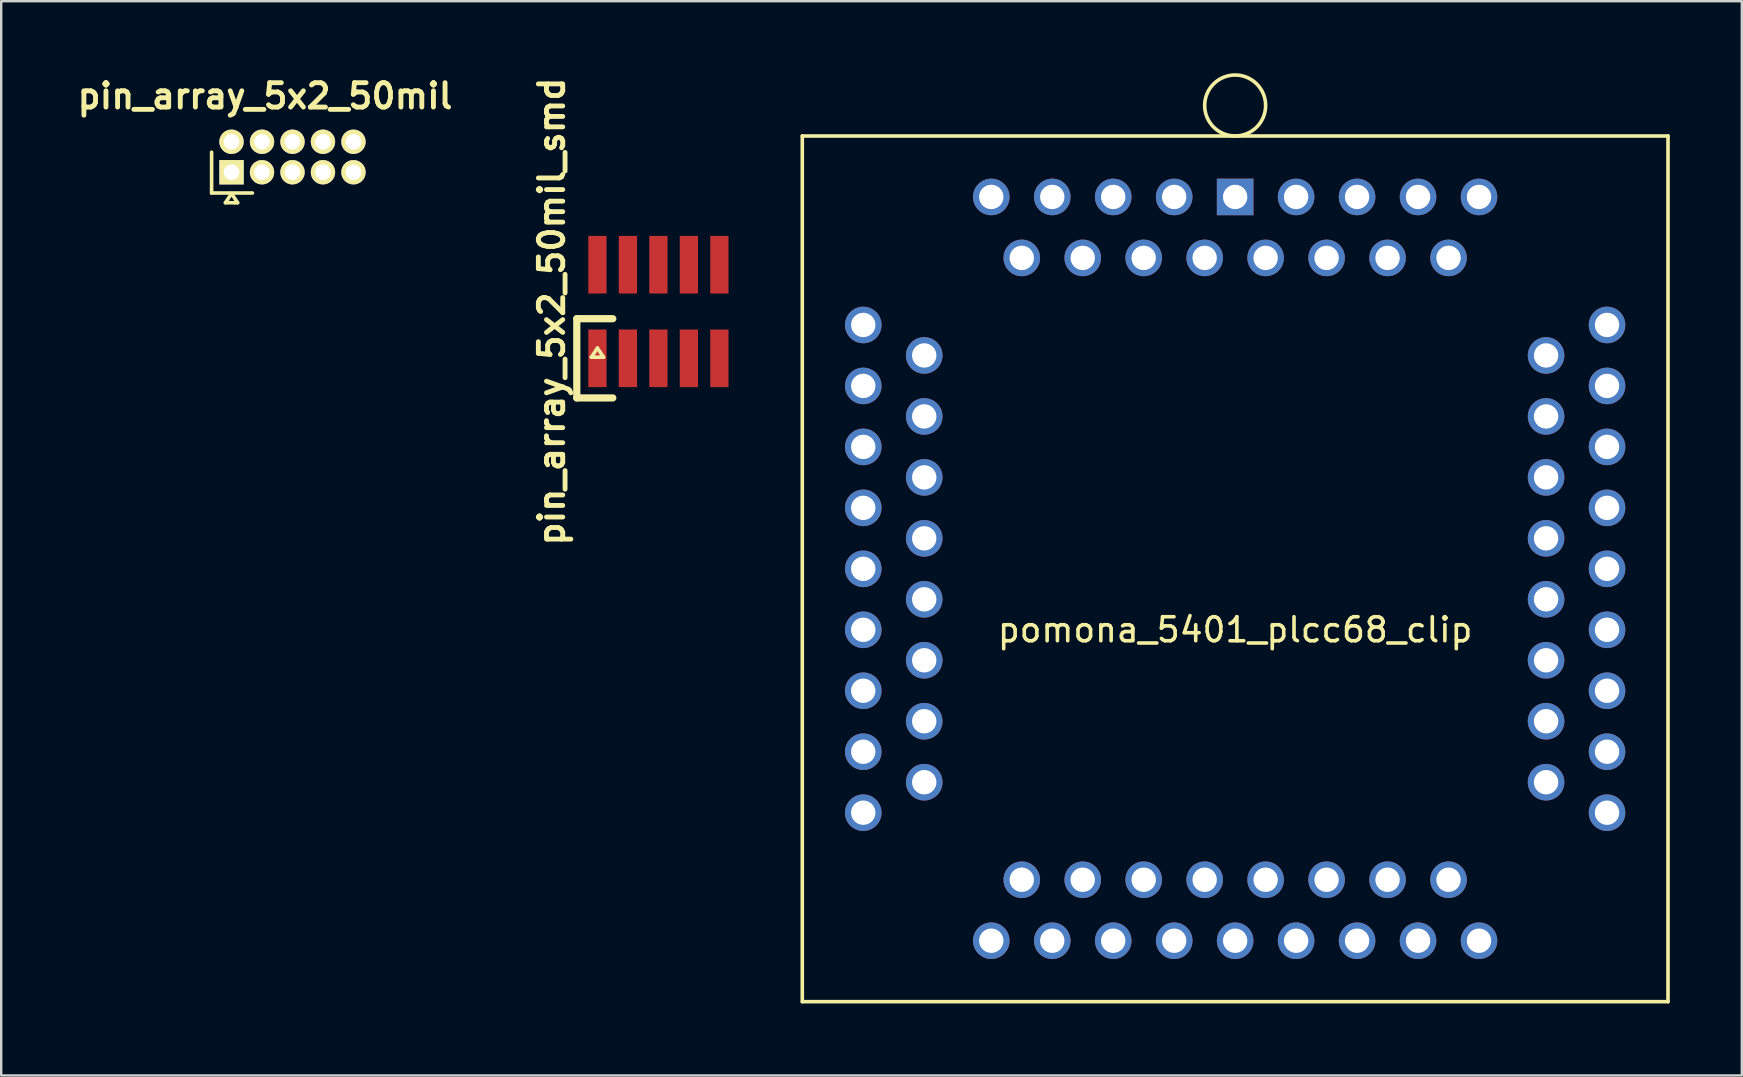
<source format=kicad_pcb>
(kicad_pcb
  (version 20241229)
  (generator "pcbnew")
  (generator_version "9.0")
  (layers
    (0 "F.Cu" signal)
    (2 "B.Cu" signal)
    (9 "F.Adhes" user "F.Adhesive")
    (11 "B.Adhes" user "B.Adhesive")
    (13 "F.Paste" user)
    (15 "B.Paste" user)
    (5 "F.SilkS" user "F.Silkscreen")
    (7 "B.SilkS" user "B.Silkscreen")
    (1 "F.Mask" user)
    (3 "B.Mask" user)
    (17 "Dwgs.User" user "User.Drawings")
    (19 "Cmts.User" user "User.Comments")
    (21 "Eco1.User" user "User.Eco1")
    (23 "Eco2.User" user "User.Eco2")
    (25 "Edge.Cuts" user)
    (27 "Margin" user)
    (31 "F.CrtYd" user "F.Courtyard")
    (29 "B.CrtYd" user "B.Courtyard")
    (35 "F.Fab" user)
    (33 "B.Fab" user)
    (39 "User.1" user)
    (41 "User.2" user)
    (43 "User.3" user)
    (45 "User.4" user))
  (footprint "pomona_5401_plcc68_clip"
    (layer "F.Cu")
    (at 48.41 20.649)
    (property "Reference" "pomona_5401_plcc68_clip" (at 0 2.54 0) (layer "F.SilkS") (effects (font (size 1 1) (thickness 0.15))))
    (attr through_hole)
    (fp_line (start -18.034 -18.034) (end 18.034 -18.034) (stroke (width 0.15) (type solid)) (layer "F.SilkS"))
    (fp_line (start -18.034 18.034) (end -18.034 -18.034) (stroke (width 0.15) (type solid)) (layer "F.SilkS"))
    (fp_line (start 18.034 18.034) (end -18.034 18.034) (stroke (width 0.15) (type solid)) (layer "F.SilkS"))
    (fp_line (start 18.034 18.034) (end 18.034 -18.034) (stroke (width 0.15) (type solid)) (layer "F.SilkS"))
    (fp_circle (center 0 -19.304) (end 0 -18.034) (stroke (width 0.15) (type solid)) (fill no) (layer "F.SilkS"))
    (pad "1" thru_hole rect (at 0 -15.494) (size 1.524 1.524) (drill 1.016) (layers "*.Cu" "*.Mask"))
    (pad "2" thru_hole circle (at -1.27 -12.954) (size 1.524 1.524) (drill 1.016) (layers "*.Cu" "*.Mask"))
    (pad "3" thru_hole circle (at -2.54 -15.494) (size 1.524 1.524) (drill 1.016) (layers "*.Cu" "*.Mask"))
    (pad "4" thru_hole circle (at -3.81 -12.954) (size 1.524 1.524) (drill 1.016) (layers "*.Cu" "*.Mask"))
    (pad "5" thru_hole circle (at -5.08 -15.494) (size 1.524 1.524) (drill 1.016) (layers "*.Cu" "*.Mask"))
    (pad "6" thru_hole circle (at -6.35 -12.954) (size 1.524 1.524) (drill 1.016) (layers "*.Cu" "*.Mask"))
    (pad "7" thru_hole circle (at -7.62 -15.494) (size 1.524 1.524) (drill 1.016) (layers "*.Cu" "*.Mask"))
    (pad "8" thru_hole circle (at -8.89 -12.954) (size 1.524 1.524) (drill 1.016) (layers "*.Cu" "*.Mask"))
    (pad "9" thru_hole circle (at -10.16 -15.494) (size 1.524 1.524) (drill 1.016) (layers "*.Cu" "*.Mask"))
    (pad "10" thru_hole circle (at -15.494 -10.16) (size 1.524 1.524) (drill 1.016) (layers "*.Cu" "*.Mask"))
    (pad "11" thru_hole circle (at -12.954 -8.89) (size 1.524 1.524) (drill 1.016) (layers "*.Cu" "*.Mask"))
    (pad "12" thru_hole circle (at -15.494 -7.62) (size 1.524 1.524) (drill 1.016) (layers "*.Cu" "*.Mask"))
    (pad "13" thru_hole circle (at -12.954 -6.35) (size 1.524 1.524) (drill 1.016) (layers "*.Cu" "*.Mask"))
    (pad "14" thru_hole circle (at -15.494 -5.08) (size 1.524 1.524) (drill 1.016) (layers "*.Cu" "*.Mask"))
    (pad "15" thru_hole circle (at -12.954 -3.81) (size 1.524 1.524) (drill 1.016) (layers "*.Cu" "*.Mask"))
    (pad "16" thru_hole circle (at -15.494 -2.54) (size 1.524 1.524) (drill 1.016) (layers "*.Cu" "*.Mask"))
    (pad "17" thru_hole circle (at -12.954 -1.27) (size 1.524 1.524) (drill 1.016) (layers "*.Cu" "*.Mask"))
    (pad "18" thru_hole circle (at -15.494 0) (size 1.524 1.524) (drill 1.016) (layers "*.Cu" "*.Mask"))
    (pad "19" thru_hole circle (at -12.954 1.27) (size 1.524 1.524) (drill 1.016) (layers "*.Cu" "*.Mask"))
    (pad "20" thru_hole circle (at -15.494 2.54) (size 1.524 1.524) (drill 1.016) (layers "*.Cu" "*.Mask"))
    (pad "21" thru_hole circle (at -12.954 3.81) (size 1.524 1.524) (drill 1.016) (layers "*.Cu" "*.Mask"))
    (pad "22" thru_hole circle (at -15.494 5.08) (size 1.524 1.524) (drill 1.016) (layers "*.Cu" "*.Mask"))
    (pad "23" thru_hole circle (at -12.954 6.35) (size 1.524 1.524) (drill 1.016) (layers "*.Cu" "*.Mask"))
    (pad "24" thru_hole circle (at -15.494 7.62) (size 1.524 1.524) (drill 1.016) (layers "*.Cu" "*.Mask"))
    (pad "25" thru_hole circle (at -12.954 8.89) (size 1.524 1.524) (drill 1.016) (layers "*.Cu" "*.Mask"))
    (pad "26" thru_hole circle (at -15.494 10.16) (size 1.524 1.524) (drill 1.016) (layers "*.Cu" "*.Mask"))
    (pad "27" thru_hole circle (at -10.16 15.494) (size 1.524 1.524) (drill 1.016) (layers "*.Cu" "*.Mask"))
    (pad "28" thru_hole circle (at -8.89 12.954) (size 1.524 1.524) (drill 1.016) (layers "*.Cu" "*.Mask"))
    (pad "29" thru_hole circle (at -7.62 15.494) (size 1.524 1.524) (drill 1.016) (layers "*.Cu" "*.Mask"))
    (pad "30" thru_hole circle (at -6.35 12.954) (size 1.524 1.524) (drill 1.016) (layers "*.Cu" "*.Mask"))
    (pad "31" thru_hole circle (at -5.08 15.494) (size 1.524 1.524) (drill 1.016) (layers "*.Cu" "*.Mask"))
    (pad "32" thru_hole circle (at -3.81 12.954) (size 1.524 1.524) (drill 1.016) (layers "*.Cu" "*.Mask"))
    (pad "33" thru_hole circle (at -2.54 15.494) (size 1.524 1.524) (drill 1.016) (layers "*.Cu" "*.Mask"))
    (pad "34" thru_hole circle (at -1.27 12.954) (size 1.524 1.524) (drill 1.016) (layers "*.Cu" "*.Mask"))
    (pad "35" thru_hole circle (at 0 15.494) (size 1.524 1.524) (drill 1.016) (layers "*.Cu" "*.Mask"))
    (pad "36" thru_hole circle (at 1.27 12.954) (size 1.524 1.524) (drill 1.016) (layers "*.Cu" "*.Mask"))
    (pad "37" thru_hole circle (at 2.54 15.494) (size 1.524 1.524) (drill 1.016) (layers "*.Cu" "*.Mask"))
    (pad "38" thru_hole circle (at 3.81 12.954) (size 1.524 1.524) (drill 1.016) (layers "*.Cu" "*.Mask"))
    (pad "39" thru_hole circle (at 5.08 15.494) (size 1.524 1.524) (drill 1.016) (layers "*.Cu" "*.Mask"))
    (pad "40" thru_hole circle (at 6.35 12.954) (size 1.524 1.524) (drill 1.016) (layers "*.Cu" "*.Mask"))
    (pad "41" thru_hole circle (at 7.62 15.494) (size 1.524 1.524) (drill 1.016) (layers "*.Cu" "*.Mask"))
    (pad "42" thru_hole circle (at 8.89 12.954) (size 1.524 1.524) (drill 1.016) (layers "*.Cu" "*.Mask"))
    (pad "43" thru_hole circle (at 10.16 15.494) (size 1.524 1.524) (drill 1.016) (layers "*.Cu" "*.Mask"))
    (pad "44" thru_hole circle (at 15.494 10.16) (size 1.524 1.524) (drill 1.016) (layers "*.Cu" "*.Mask"))
    (pad "45" thru_hole circle (at 12.954 8.89) (size 1.524 1.524) (drill 1.016) (layers "*.Cu" "*.Mask"))
    (pad "46" thru_hole circle (at 15.494 7.62) (size 1.524 1.524) (drill 1.016) (layers "*.Cu" "*.Mask"))
    (pad "47" thru_hole circle (at 12.954 6.35) (size 1.524 1.524) (drill 1.016) (layers "*.Cu" "*.Mask"))
    (pad "48" thru_hole circle (at 15.494 5.08) (size 1.524 1.524) (drill 1.016) (layers "*.Cu" "*.Mask"))
    (pad "49" thru_hole circle (at 12.954 3.81) (size 1.524 1.524) (drill 1.016) (layers "*.Cu" "*.Mask"))
    (pad "50" thru_hole circle (at 15.494 2.54) (size 1.524 1.524) (drill 1.016) (layers "*.Cu" "*.Mask"))
    (pad "51" thru_hole circle (at 12.954 1.27) (size 1.524 1.524) (drill 1.016) (layers "*.Cu" "*.Mask"))
    (pad "52" thru_hole circle (at 15.494 0) (size 1.524 1.524) (drill 1.016) (layers "*.Cu" "*.Mask"))
    (pad "53" thru_hole circle (at 12.954 -1.27) (size 1.524 1.524) (drill 1.016) (layers "*.Cu" "*.Mask"))
    (pad "54" thru_hole circle (at 15.494 -2.54) (size 1.524 1.524) (drill 1.016) (layers "*.Cu" "*.Mask"))
    (pad "55" thru_hole circle (at 12.954 -3.81) (size 1.524 1.524) (drill 1.016) (layers "*.Cu" "*.Mask"))
    (pad "56" thru_hole circle (at 15.494 -5.08) (size 1.524 1.524) (drill 1.016) (layers "*.Cu" "*.Mask"))
    (pad "57" thru_hole circle (at 12.954 -6.35) (size 1.524 1.524) (drill 1.016) (layers "*.Cu" "*.Mask"))
    (pad "58" thru_hole circle (at 15.494 -7.62) (size 1.524 1.524) (drill 1.016) (layers "*.Cu" "*.Mask"))
    (pad "59" thru_hole circle (at 12.954 -8.89) (size 1.524 1.524) (drill 1.016) (layers "*.Cu" "*.Mask"))
    (pad "60" thru_hole circle (at 15.494 -10.16) (size 1.524 1.524) (drill 1.016) (layers "*.Cu" "*.Mask"))
    (pad "61" thru_hole circle (at 10.16 -15.494) (size 1.524 1.524) (drill 1.016) (layers "*.Cu" "*.Mask"))
    (pad "62" thru_hole circle (at 8.89 -12.954) (size 1.524 1.524) (drill 1.016) (layers "*.Cu" "*.Mask"))
    (pad "63" thru_hole circle (at 7.62 -15.494) (size 1.524 1.524) (drill 1.016) (layers "*.Cu" "*.Mask"))
    (pad "64" thru_hole circle (at 6.35 -12.954) (size 1.524 1.524) (drill 1.016) (layers "*.Cu" "*.Mask"))
    (pad "65" thru_hole circle (at 5.08 -15.494) (size 1.524 1.524) (drill 1.016) (layers "*.Cu" "*.Mask"))
    (pad "66" thru_hole circle (at 3.81 -12.954) (size 1.524 1.524) (drill 1.016) (layers "*.Cu" "*.Mask"))
    (pad "67" thru_hole circle (at 2.54 -15.494) (size 1.524 1.524) (drill 1.016) (layers "*.Cu" "*.Mask"))
    (pad "68" thru_hole circle (at 1.27 -12.954) (size 1.524 1.524) (drill 1.016) (layers "*.Cu" "*.Mask")))
  (footprint "pin_array_5x2_50mil_smd"
    (layer "F.Cu")
    (at 24.381 9.928)
    (property "Reference" "pin_array_5x2_50mil_smd" (at -4.445 0 90) (layer "F.SilkS") (effects (font (size 1.016 1.016) (thickness 0.203))))
    (attr through_hole)
    (fp_line (start -3.4 3.6) (end -3.4 0.3) (stroke (width 0.3) (type solid)) (layer "F.SilkS"))
    (fp_line (start -2.794 1.905) (end -2.413 1.905) (stroke (width 0.15) (type solid)) (layer "F.SilkS"))
    (fp_line (start -2.54 1.524) (end -2.794 1.905) (stroke (width 0.15) (type solid)) (layer "F.SilkS"))
    (fp_line (start -2.413 1.905) (end -2.286 1.905) (stroke (width 0.15) (type solid)) (layer "F.SilkS"))
    (fp_line (start -2.286 1.905) (end -2.54 1.524) (stroke (width 0.15) (type solid)) (layer "F.SilkS"))
    (fp_line (start -1.9 0.3) (end -3.4 0.3) (stroke (width 0.3) (type solid)) (layer "F.SilkS"))
    (fp_line (start -1.9 3.6) (end -3.4 3.6) (stroke (width 0.3) (type solid)) (layer "F.SilkS"))
    (pad "1" smd rect (at -2.54 1.95) (size 0.76 2.4) (layers "F.Cu" "F.Mask" "F.Paste"))
    (pad "2" smd rect (at -2.54 -1.95) (size 0.76 2.4) (layers "F.Cu" "F.Mask" "F.Paste"))
    (pad "3" smd rect (at -1.27 1.95) (size 0.76 2.4) (layers "F.Cu" "F.Mask" "F.Paste"))
    (pad "4" smd rect (at -1.27 -1.95) (size 0.76 2.4) (layers "F.Cu" "F.Mask" "F.Paste"))
    (pad "5" smd rect (at 0 1.95) (size 0.76 2.4) (layers "F.Cu" "F.Mask" "F.Paste"))
    (pad "6" smd rect (at 0 -1.95) (size 0.76 2.4) (layers "F.Cu" "F.Mask" "F.Paste"))
    (pad "7" smd rect (at 1.27 1.95) (size 0.76 2.4) (layers "F.Cu" "F.Mask" "F.Paste"))
    (pad "8" smd rect (at 1.27 -1.95) (size 0.76 2.4) (layers "F.Cu" "F.Mask" "F.Paste"))
    (pad "9" smd rect (at 2.54 1.95) (size 0.76 2.4) (layers "F.Cu" "F.Mask" "F.Paste"))
    (pad "10" smd rect (at 2.54 -1.95) (size 0.76 2.4) (layers "F.Cu" "F.Mask" "F.Paste")))
  (footprint "pin_array_5x2_50mil"
    (layer "F.Cu")
    (at 7.866 3.491)
    (property "Reference" "pin_array_5x2_50mil" (at 0.127 -2.54 0) (layer "F.SilkS") (effects (font (size 1.016 1.016) (thickness 0.203))))
    (attr through_hole)
    (fp_line (start -2.1 -0.2) (end -2.1 1.5) (stroke (width 0.15) (type solid)) (layer "F.SilkS"))
    (fp_line (start -2.1 1.5) (end -0.4 1.5) (stroke (width 0.15) (type solid)) (layer "F.SilkS"))
    (fp_line (start -1.524 1.905) (end -1.143 1.905) (stroke (width 0.15) (type solid)) (layer "F.SilkS"))
    (fp_line (start -1.27 1.524) (end -1.524 1.905) (stroke (width 0.15) (type solid)) (layer "F.SilkS"))
    (fp_line (start -1.143 1.905) (end -1.016 1.905) (stroke (width 0.15) (type solid)) (layer "F.SilkS"))
    (fp_line (start -1.016 1.905) (end -1.27 1.524) (stroke (width 0.15) (type solid)) (layer "F.SilkS"))
    (pad "1" thru_hole rect (at -1.27 0.635) (size 1.016 1.016) (drill 0.65) (layers "*.Cu" "*.Mask" "F.SilkS"))
    (pad "2" thru_hole circle (at -1.27 -0.635) (size 1.016 1.016) (drill 0.65) (layers "*.Cu" "*.Mask" "F.SilkS"))
    (pad "3" thru_hole circle (at 0 0.635) (size 1.016 1.016) (drill 0.65) (layers "*.Cu" "*.Mask" "F.SilkS"))
    (pad "4" thru_hole circle (at 0 -0.635) (size 1.016 1.016) (drill 0.65) (layers "*.Cu" "*.Mask" "F.SilkS"))
    (pad "5" thru_hole circle (at 1.27 0.635) (size 1.016 1.016) (drill 0.65) (layers "*.Cu" "*.Mask" "F.SilkS"))
    (pad "6" thru_hole circle (at 1.27 -0.635) (size 1.016 1.016) (drill 0.65) (layers "*.Cu" "*.Mask" "F.SilkS"))
    (pad "7" thru_hole circle (at 2.54 0.635) (size 1.016 1.016) (drill 0.65) (layers "*.Cu" "*.Mask" "F.SilkS"))
    (pad "8" thru_hole circle (at 2.54 -0.635) (size 1.016 1.016) (drill 0.65) (layers "*.Cu" "*.Mask" "F.SilkS"))
    (pad "9" thru_hole circle (at 3.81 0.635) (size 1.016 1.016) (drill 0.65) (layers "*.Cu" "*.Mask" "F.SilkS"))
    (pad "10" thru_hole circle (at 3.81 -0.635) (size 1.016 1.016) (drill 0.65) (layers "*.Cu" "*.Mask" "F.SilkS")))
  (gr_rect
    (start -3 -3)
    (end 69.519 41.758)
    (stroke (width 0.1) (type default))
    (fill no)
    (layer "Edge.Cuts")))
</source>
